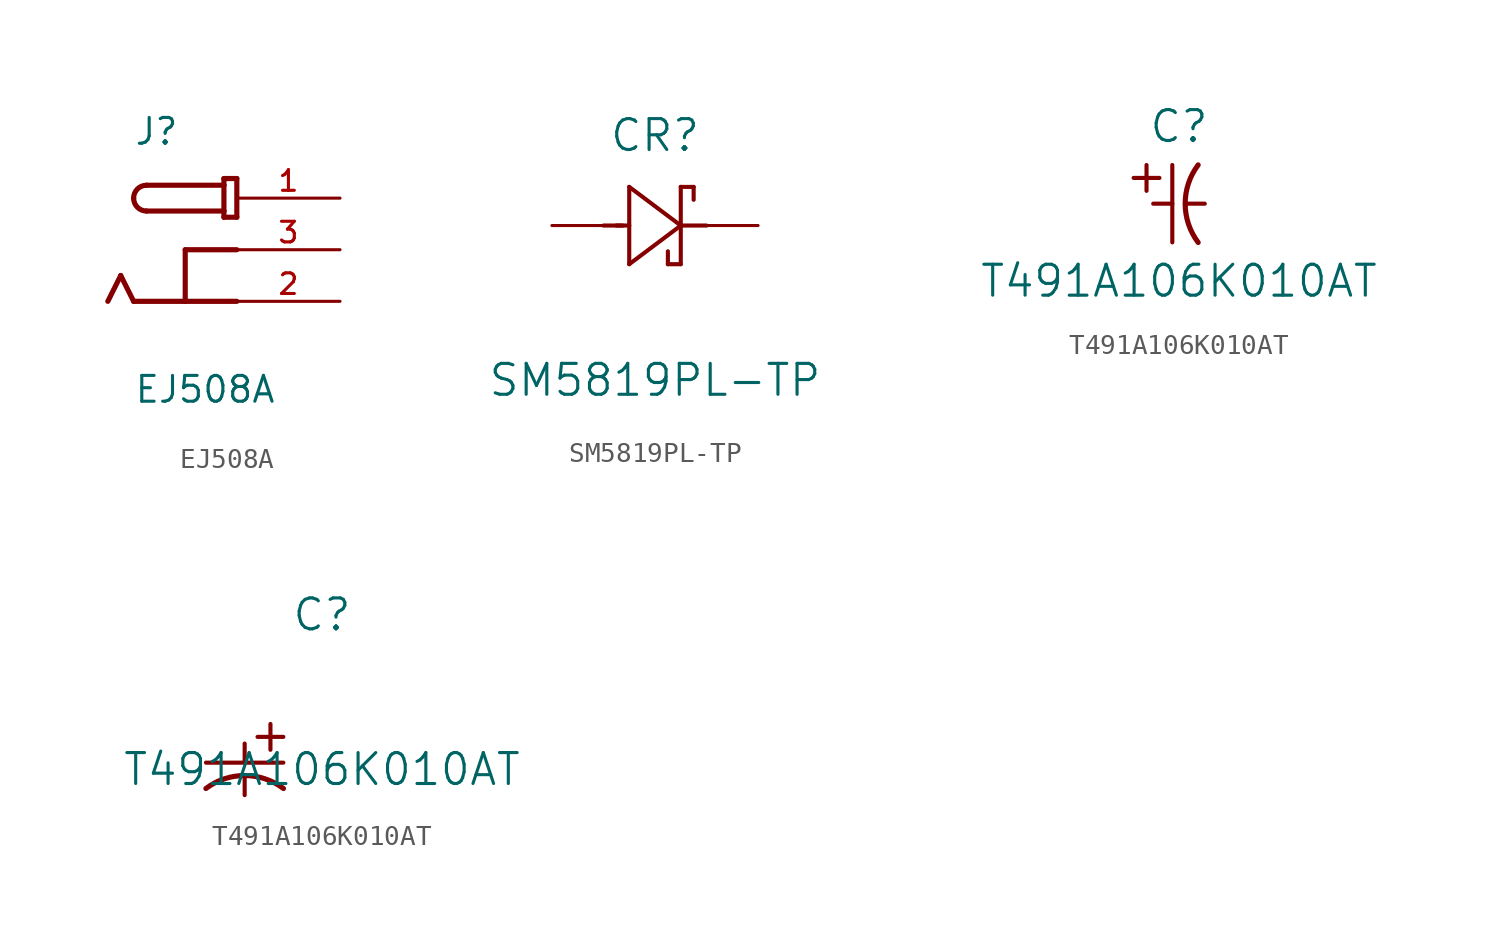
<source format=kicad_sym>
(kicad_symbol_lib
  (version 20211014)
  (generator kicad_symbol_editor)
  (symbol "EJ508A"
    (pin_names
      (offset 1.016) hide)
    (property "Reference" "J"
      (at -5.08 5.08 0)
      (effects (font (size 1.27 1.27)) (justify left bottom)))
    (property "Value" "EJ508A"
      (at -5.08 -7.62 0)
      (effects (font (size 1.27 1.27)) (justify left bottom)))
    (property "ki_locked" ""
      (at 0 0 0)
      (effects (font (size 1.27 1.27))))
    (symbol "EJ508A_0_0"
      (arc (start -5.08 2.54) (mid -4.894 2.091) (end -4.445 1.905) (stroke (width 0.254) (type default) (color 0 0 0 0)) (fill (type none)))
      (arc (start -4.445 3.175) (mid -4.894 2.989) (end -5.08 2.54) (stroke (width 0.254) (type default) (color 0 0 0 0)) (fill (type none)))
      (polyline (pts (xy -5.715 -1.27) (xy -6.35 -2.54)) (stroke (width 0.254) (type default) (color 0 0 0 0)) (fill (type none)))
      (polyline (pts (xy -5.08 -2.54) (xy -5.715 -1.27)) (stroke (width 0.254) (type default) (color 0 0 0 0)) (fill (type none)))
      (polyline (pts (xy -4.445 1.905) (xy -0.635 1.905)) (stroke (width 0.254) (type default) (color 0 0 0 0)) (fill (type none)))
      (polyline (pts (xy -2.54 -2.54) (xy -5.08 -2.54)) (stroke (width 0.254) (type default) (color 0 0 0 0)) (fill (type none)))
      (polyline (pts (xy -2.54 0) (xy -2.54 -2.54)) (stroke (width 0.254) (type default) (color 0 0 0 0)) (fill (type none)))
      (polyline (pts (xy -0.635 1.6) (xy -0.635 1.905)) (stroke (width 0.254) (type default) (color 0 0 0 0)) (fill (type none)))
      (polyline (pts (xy -0.635 1.905) (xy -0.635 3.175)) (stroke (width 0.254) (type default) (color 0 0 0 0)) (fill (type none)))
      (polyline (pts (xy -0.635 3.175) (xy -4.445 3.175)) (stroke (width 0.254) (type default) (color 0 0 0 0)) (fill (type none)))
      (polyline (pts (xy -0.635 3.175) (xy -0.635 3.505)) (stroke (width 0.254) (type default) (color 0 0 0 0)) (fill (type none)))
      (polyline (pts (xy -0.635 3.505) (xy 0 3.505)) (stroke (width 0.254) (type default) (color 0 0 0 0)) (fill (type none)))
      (polyline (pts (xy 0 -2.54) (xy -2.54 -2.54)) (stroke (width 0.254) (type default) (color 0 0 0 0)) (fill (type none)))
      (polyline (pts (xy 0 0) (xy -2.54 0)) (stroke (width 0.254) (type default) (color 0 0 0 0)) (fill (type none)))
      (polyline (pts (xy 0 1.6) (xy -0.635 1.6)) (stroke (width 0.254) (type default) (color 0 0 0 0)) (fill (type none)))
      (polyline (pts (xy 0 3.505) (xy 0 1.6)) (stroke (width 0.254) (type default) (color 0 0 0 0)) (fill (type none)))
      (pin passive line (at 5.08 2.54 180) (length 5.08) (name "~" (effects (font (size 1.016 1.016)))) (number "1" (effects (font (size 1.016 1.016)))))
      (pin passive line (at 5.08 -2.54 180) (length 5.08) (name "~" (effects (font (size 1.016 1.016)))) (number "2" (effects (font (size 1.016 1.016)))))
      (pin passive line (at 5.08 0 180) (length 5.08) (name "~" (effects (font (size 1.016 1.016)))) (number "3" (effects (font (size 1.016 1.016)))))))
  (symbol "SM5819PL-TP"
    (pin_numbers hide)
    (pin_names hide)
    (property "Reference" "CR"
      (at 5.08 4.445 0)
      (effects (font (size 1.524 1.524))))
    (property "Value" "SM5819PL-TP"
      (at 5.08 -7.62 0)
      (effects (font (size 1.524 1.524))))
    (property "Datasheet" ""
      (at 0 0 0)
      (effects (font (size 1.524 1.524))))
    (property "ki_locked" ""
      (at 0 0 0)
      (effects (font (size 1.27 1.27))))
    (symbol "SM5819PL-TP_1_1"
      (polyline (pts (xy 2.54 0) (xy 3.48 0)) (stroke (width 0.203) (type default) (color 0 0 0 0)) (fill (type none)))
      (polyline (pts (xy 3.175 0) (xy 3.81 0)) (stroke (width 0.203) (type default) (color 0 0 0 0)) (fill (type none)))
      (polyline (pts (xy 3.81 -1.905) (xy 6.35 0)) (stroke (width 0.203) (type default) (color 0 0 0 0)) (fill (type none)))
      (polyline (pts (xy 3.81 1.905) (xy 3.81 -1.905)) (stroke (width 0.203) (type default) (color 0 0 0 0)) (fill (type none)))
      (polyline (pts (xy 5.715 -1.905) (xy 5.715 -1.27)) (stroke (width 0.203) (type default) (color 0 0 0 0)) (fill (type none)))
      (polyline (pts (xy 6.35 -1.905) (xy 5.715 -1.905)) (stroke (width 0.203) (type default) (color 0 0 0 0)) (fill (type none)))
      (polyline (pts (xy 6.35 -1.905) (xy 6.35 1.905)) (stroke (width 0.203) (type default) (color 0 0 0 0)) (fill (type none)))
      (polyline (pts (xy 6.35 0) (xy 3.81 1.905)) (stroke (width 0.203) (type default) (color 0 0 0 0)) (fill (type none)))
      (polyline (pts (xy 6.35 0) (xy 7.62 0)) (stroke (width 0.203) (type default) (color 0 0 0 0)) (fill (type none)))
      (polyline (pts (xy 6.35 1.905) (xy 6.985 1.905)) (stroke (width 0.203) (type default) (color 0 0 0 0)) (fill (type none)))
      (polyline (pts (xy 6.985 1.905) (xy 6.985 1.27)) (stroke (width 0.203) (type default) (color 0 0 0 0)) (fill (type none)))
      (pin unspecified line (at 10.16 0 180) (length 2.54) (name "~" (effects (font (size 1.499 1.499)))) (number "1" (effects (font (size 1.499 1.499)))))
      (pin unspecified line (at 0 0 0) (length 2.54) (name "~" (effects (font (size 1.499 1.499)))) (number "2" (effects (font (size 1.499 1.499)))))))
  (symbol "T491A106K010AT"
    (pin_names
      (offset 0.254))
    (property "Reference" "C"
      (at 3.81 3.81 0)
      (effects (font (size 1.524 1.524))))
    (property "Value" "T491A106K010AT"
      (at 3.81 -3.81 0)
      (effects (font (size 1.524 1.524))))
    (property "ki_locked" ""
      (at 0 0 0)
      (effects (font (size 1.27 1.27))))
    (symbol "T491A106K010AT_1_1"
      (polyline (pts (xy 1.575 1.27) (xy 2.845 1.27)) (stroke (width 0.203) (type default) (color 0 0 0 0)) (fill (type none)))
      (polyline (pts (xy 2.21 0.635) (xy 2.21 1.905)) (stroke (width 0.203) (type default) (color 0 0 0 0)) (fill (type none)))
      (polyline (pts (xy 2.54 0) (xy 3.48 0)) (stroke (width 0.203) (type default) (color 0 0 0 0)) (fill (type none)))
      (polyline (pts (xy 3.48 -1.905) (xy 3.48 1.905)) (stroke (width 0.203) (type default) (color 0 0 0 0)) (fill (type none)))
      (polyline (pts (xy 4.115 0) (xy 5.08 0)) (stroke (width 0.203) (type default) (color 0 0 0 0)) (fill (type none)))
      (arc (start 4.7541 1.9108) (mid 4.1148 0) (end 4.7541 -1.9108) (stroke (width 0.254) (type default) (color 0 0 0 0)) (fill (type none))))
    (symbol "T491A106K010AT_1_2"
      (polyline (pts (xy -1.905 -3.48) (xy 1.905 -3.48)) (stroke (width 0.203) (type default) (color 0 0 0 0)) (fill (type none)))
      (polyline (pts (xy 0 -4.115) (xy 0 -5.08)) (stroke (width 0.203) (type default) (color 0 0 0 0)) (fill (type none)))
      (polyline (pts (xy 0 -2.54) (xy 0 -3.48)) (stroke (width 0.203) (type default) (color 0 0 0 0)) (fill (type none)))
      (polyline (pts (xy 0.635 -2.21) (xy 1.905 -2.21)) (stroke (width 0.203) (type default) (color 0 0 0 0)) (fill (type none)))
      (polyline (pts (xy 1.27 -1.575) (xy 1.27 -2.845)) (stroke (width 0.203) (type default) (color 0 0 0 0)) (fill (type none)))
      (arc (start 1.9108 -4.7541) (mid 0 -4.1148) (end -1.9108 -4.7541) (stroke (width 0.254) (type default) (color 0 0 0 0)) (fill (type none))))))
</source>
